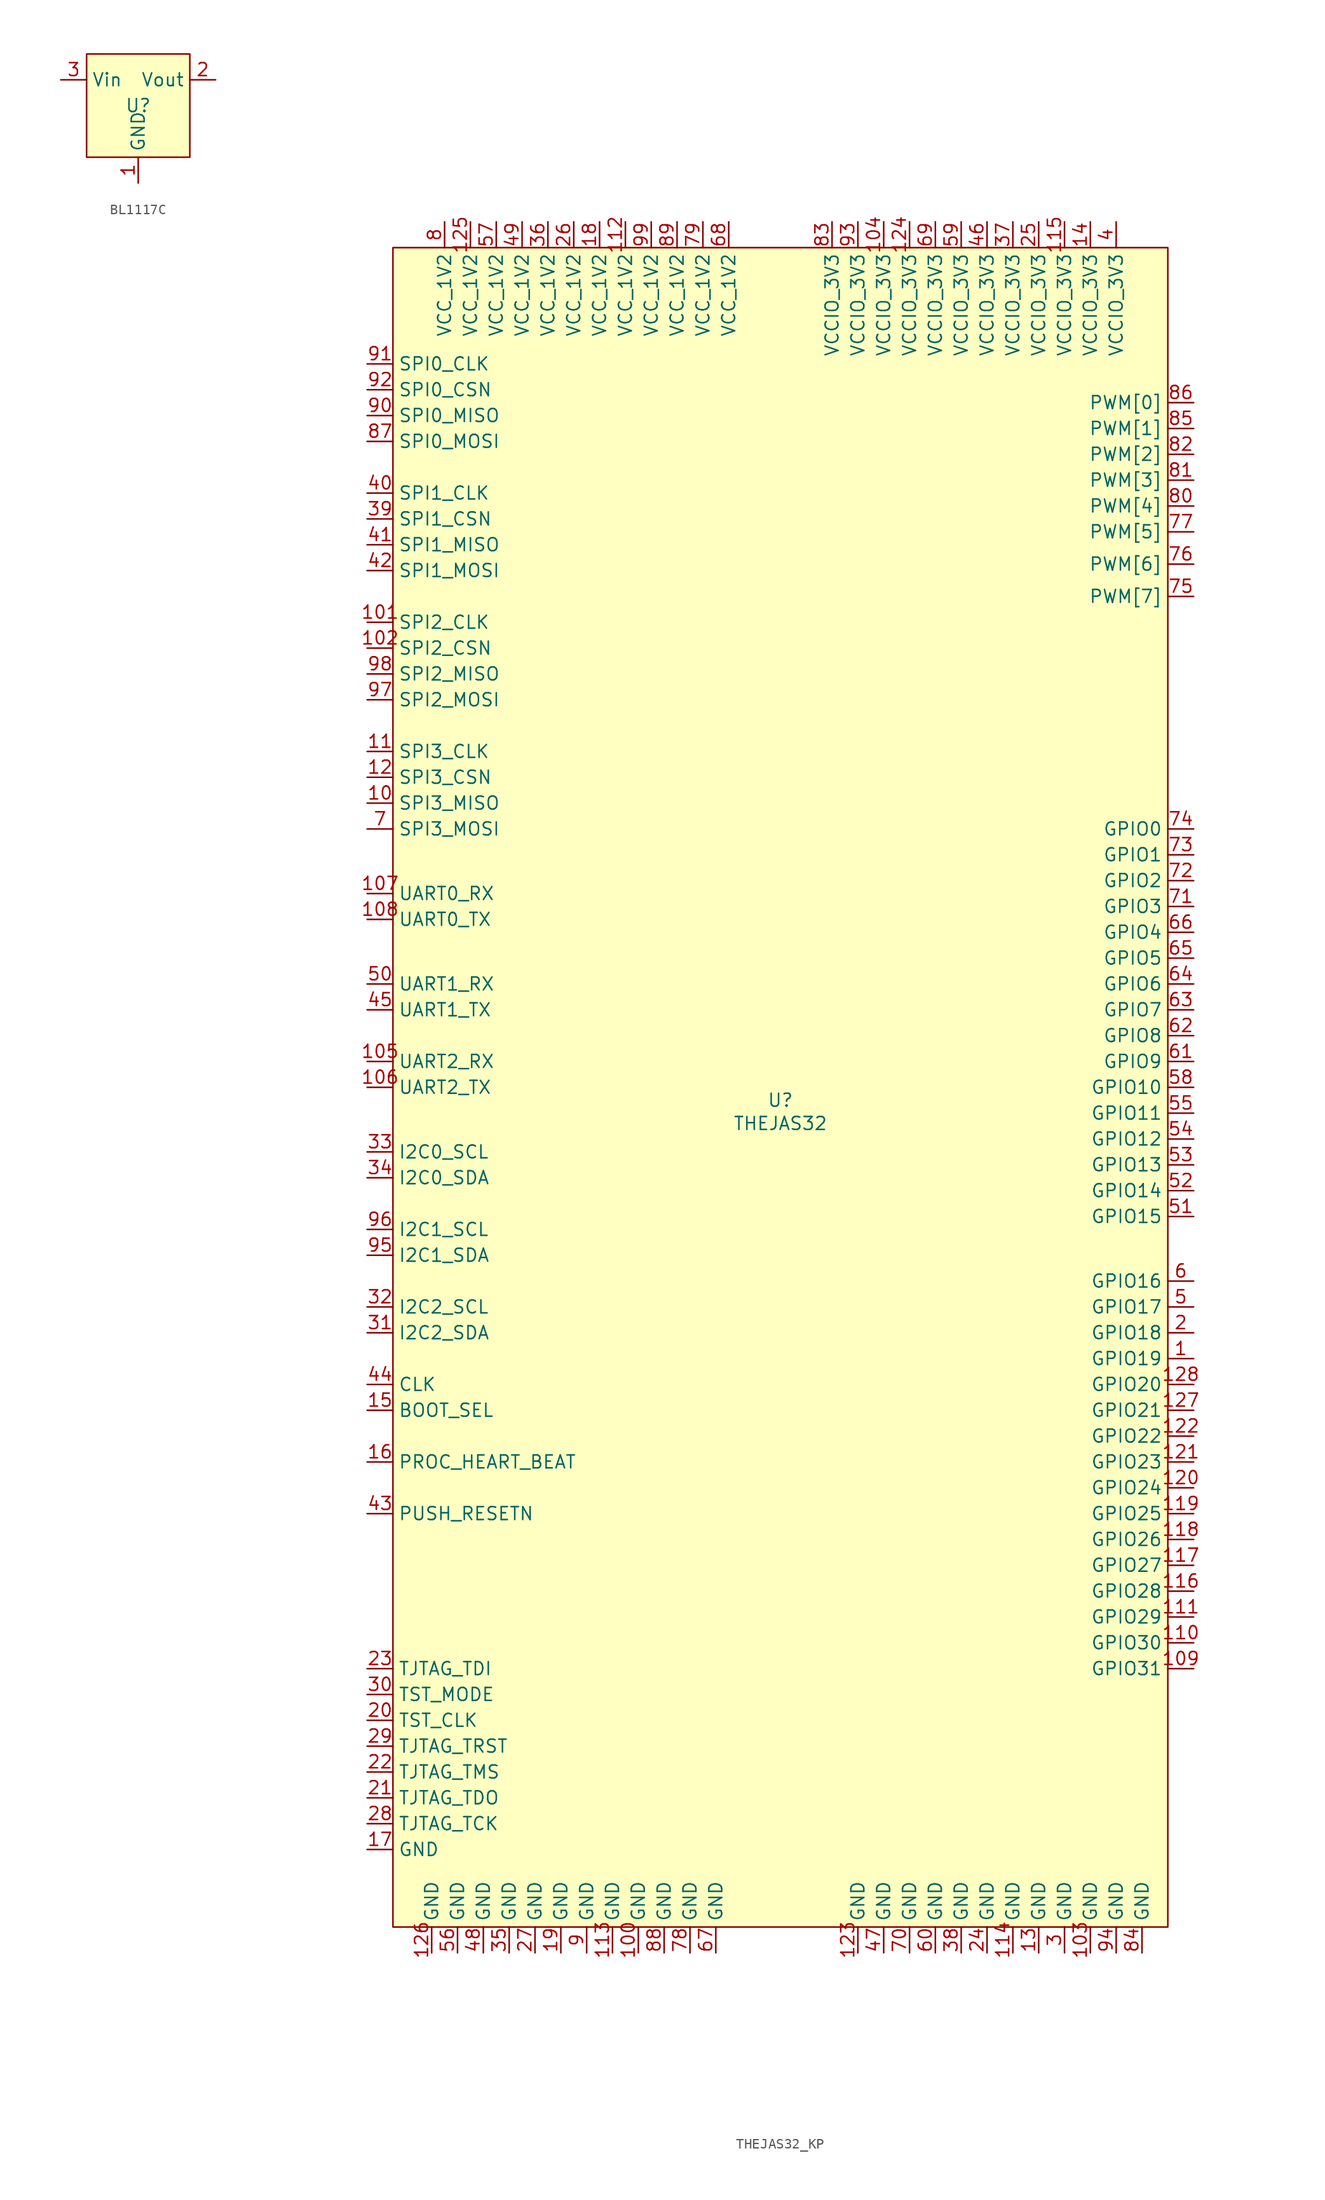
<source format=kicad_sym>
(kicad_symbol_lib
  (version 20231120)
  (generator "kicad_symbol_editor")
  (generator_version "8.0")
  (symbol "BL1117C"
    (property "Reference" "U"
      (at 0 0 0)
      (effects (font (size 1.27 1.27))))
    (property "Value" ""
      (at 0 0 0)
      (effects (font (size 1.27 1.27))))
    (symbol "BL1117C_1_1"
      (rectangle (start -5.08 5.08) (end 5.08 -5.08) (stroke (width 0) (type default)) (fill (type background)))
      (pin passive line (at 0 -7.62 90) (length 2.54) (name "GND" (effects (font (size 1.27 1.27)))) (number "1" (effects (font (size 1.27 1.27)))))
      (pin passive line (at 7.62 2.54 180) (length 2.54) (name "Vout" (effects (font (size 1.27 1.27)))) (number "2" (effects (font (size 1.27 1.27)))))
      (pin passive line (at -7.62 2.54 0) (length 2.54) (name "Vin" (effects (font (size 1.27 1.27)))) (number "3" (effects (font (size 1.27 1.27)))))))
  (symbol "THEJAS32_KP"
    (property "Reference" "U"
      (at 0 0 0)
      (effects (font (size 1.27 1.27))))
    (property "Value" "THEJAS32"
      (at 0 -2.286 0)
      (effects (font (size 1.27 1.27))))
    (symbol "THEJAS32_KP_1_1"
      (rectangle (start -38.1 83.82) (end 38.1 -81.28) (stroke (width 0) (type default)) (fill (type background)))
      (pin passive line (at 40.64 -25.4 180) (length 2.54) (name "GPIO19" (effects (font (size 1.27 1.27)))) (number "1" (effects (font (size 1.27 1.27)))))
      (pin passive line (at -40.64 29.21 0) (length 2.54) (name "SPI3_MISO" (effects (font (size 1.27 1.27)))) (number "10" (effects (font (size 1.27 1.27)))))
      (pin passive line (at -13.97 -83.82 90) (length 2.54) (name "GND" (effects (font (size 1.27 1.27)))) (number "100" (effects (font (size 1.27 1.27)))))
      (pin passive line (at -40.64 46.99 0) (length 2.54) (name "SPI2_CLK" (effects (font (size 1.27 1.27)))) (number "101" (effects (font (size 1.27 1.27)))))
      (pin passive line (at -40.64 44.45 0) (length 2.54) (name "SPI2_CSN" (effects (font (size 1.27 1.27)))) (number "102" (effects (font (size 1.27 1.27)))))
      (pin passive line (at 30.48 -83.82 90) (length 2.54) (name "GND" (effects (font (size 1.27 1.27)))) (number "103" (effects (font (size 1.27 1.27)))))
      (pin passive line (at 10.16 86.36 270) (length 2.54) (name "VCCIO_3V3" (effects (font (size 1.27 1.27)))) (number "104" (effects (font (size 1.27 1.27)))))
      (pin passive line (at -40.64 3.81 0) (length 2.54) (name "UART2_RX" (effects (font (size 1.27 1.27)))) (number "105" (effects (font (size 1.27 1.27)))))
      (pin passive line (at -40.64 1.27 0) (length 2.54) (name "UART2_TX" (effects (font (size 1.27 1.27)))) (number "106" (effects (font (size 1.27 1.27)))))
      (pin passive line (at -40.64 20.32 0) (length 2.54) (name "UART0_RX" (effects (font (size 1.27 1.27)))) (number "107" (effects (font (size 1.27 1.27)))))
      (pin passive line (at -40.64 17.78 0) (length 2.54) (name "UART0_TX" (effects (font (size 1.27 1.27)))) (number "108" (effects (font (size 1.27 1.27)))))
      (pin passive line (at 40.64 -55.88 180) (length 2.54) (name "GPIO31" (effects (font (size 1.27 1.27)))) (number "109" (effects (font (size 1.27 1.27)))))
      (pin passive line (at -40.64 34.29 0) (length 2.54) (name "SPI3_CLK" (effects (font (size 1.27 1.27)))) (number "11" (effects (font (size 1.27 1.27)))))
      (pin passive line (at 40.64 -53.34 180) (length 2.54) (name "GPIO30" (effects (font (size 1.27 1.27)))) (number "110" (effects (font (size 1.27 1.27)))))
      (pin passive line (at 40.64 -50.8 180) (length 2.54) (name "GPIO29" (effects (font (size 1.27 1.27)))) (number "111" (effects (font (size 1.27 1.27)))))
      (pin passive line (at -15.24 86.36 270) (length 2.54) (name "VCC_1V2" (effects (font (size 1.27 1.27)))) (number "112" (effects (font (size 1.27 1.27)))))
      (pin passive line (at -16.51 -83.82 90) (length 2.54) (name "GND" (effects (font (size 1.27 1.27)))) (number "113" (effects (font (size 1.27 1.27)))))
      (pin passive line (at 22.86 -83.82 90) (length 2.54) (name "GND" (effects (font (size 1.27 1.27)))) (number "114" (effects (font (size 1.27 1.27)))))
      (pin passive line (at 27.94 86.36 270) (length 2.54) (name "VCCIO_3V3" (effects (font (size 1.27 1.27)))) (number "115" (effects (font (size 1.27 1.27)))))
      (pin passive line (at 40.64 -48.26 180) (length 2.54) (name "GPIO28" (effects (font (size 1.27 1.27)))) (number "116" (effects (font (size 1.27 1.27)))))
      (pin passive line (at 40.64 -45.72 180) (length 2.54) (name "GPIO27" (effects (font (size 1.27 1.27)))) (number "117" (effects (font (size 1.27 1.27)))))
      (pin passive line (at 40.64 -43.18 180) (length 2.54) (name "GPIO26" (effects (font (size 1.27 1.27)))) (number "118" (effects (font (size 1.27 1.27)))))
      (pin passive line (at 40.64 -40.64 180) (length 2.54) (name "GPIO25" (effects (font (size 1.27 1.27)))) (number "119" (effects (font (size 1.27 1.27)))))
      (pin passive line (at -40.64 31.75 0) (length 2.54) (name "SPI3_CSN" (effects (font (size 1.27 1.27)))) (number "12" (effects (font (size 1.27 1.27)))))
      (pin passive line (at 40.64 -38.1 180) (length 2.54) (name "GPIO24" (effects (font (size 1.27 1.27)))) (number "120" (effects (font (size 1.27 1.27)))))
      (pin passive line (at 40.64 -35.56 180) (length 2.54) (name "GPIO23" (effects (font (size 1.27 1.27)))) (number "121" (effects (font (size 1.27 1.27)))))
      (pin passive line (at 40.64 -33.02 180) (length 2.54) (name "GPIO22" (effects (font (size 1.27 1.27)))) (number "122" (effects (font (size 1.27 1.27)))))
      (pin passive line (at 7.62 -83.82 90) (length 2.54) (name "GND" (effects (font (size 1.27 1.27)))) (number "123" (effects (font (size 1.27 1.27)))))
      (pin passive line (at 12.7 86.36 270) (length 2.54) (name "VCCIO_3V3" (effects (font (size 1.27 1.27)))) (number "124" (effects (font (size 1.27 1.27)))))
      (pin passive line (at -30.48 86.36 270) (length 2.54) (name "VCC_1V2" (effects (font (size 1.27 1.27)))) (number "125" (effects (font (size 1.27 1.27)))))
      (pin passive line (at -34.29 -83.82 90) (length 2.54) (name "GND" (effects (font (size 1.27 1.27)))) (number "126" (effects (font (size 1.27 1.27)))))
      (pin passive line (at 40.64 -30.48 180) (length 2.54) (name "GPIO21" (effects (font (size 1.27 1.27)))) (number "127" (effects (font (size 1.27 1.27)))))
      (pin passive line (at 40.64 -27.94 180) (length 2.54) (name "GPIO20" (effects (font (size 1.27 1.27)))) (number "128" (effects (font (size 1.27 1.27)))))
      (pin passive line (at 25.4 -83.82 90) (length 2.54) (name "GND" (effects (font (size 1.27 1.27)))) (number "13" (effects (font (size 1.27 1.27)))))
      (pin passive line (at 30.48 86.36 270) (length 2.54) (name "VCCIO_3V3" (effects (font (size 1.27 1.27)))) (number "14" (effects (font (size 1.27 1.27)))))
      (pin passive line (at -40.64 -30.48 0) (length 2.54) (name "BOOT_SEL" (effects (font (size 1.27 1.27)))) (number "15" (effects (font (size 1.27 1.27)))))
      (pin passive line (at -40.64 -35.56 0) (length 2.54) (name "PROC_HEART_BEAT" (effects (font (size 1.27 1.27)))) (number "16" (effects (font (size 1.27 1.27)))))
      (pin passive line (at -40.64 -73.66 0) (length 2.54) (name "GND" (effects (font (size 1.27 1.27)))) (number "17" (effects (font (size 1.27 1.27)))))
      (pin passive line (at -17.78 86.36 270) (length 2.54) (name "VCC_1V2" (effects (font (size 1.27 1.27)))) (number "18" (effects (font (size 1.27 1.27)))))
      (pin passive line (at -21.59 -83.82 90) (length 2.54) (name "GND" (effects (font (size 1.27 1.27)))) (number "19" (effects (font (size 1.27 1.27)))))
      (pin passive line (at 40.64 -22.86 180) (length 2.54) (name "GPIO18" (effects (font (size 1.27 1.27)))) (number "2" (effects (font (size 1.27 1.27)))))
      (pin passive line (at -40.64 -60.96 0) (length 2.54) (name "TST_CLK" (effects (font (size 1.27 1.27)))) (number "20" (effects (font (size 1.27 1.27)))))
      (pin passive line (at -40.64 -68.58 0) (length 2.54) (name "TJTAG_TDO" (effects (font (size 1.27 1.27)))) (number "21" (effects (font (size 1.27 1.27)))))
      (pin passive line (at -40.64 -66.04 0) (length 2.54) (name "TJTAG_TMS" (effects (font (size 1.27 1.27)))) (number "22" (effects (font (size 1.27 1.27)))))
      (pin passive line (at -40.64 -55.88 0) (length 2.54) (name "TJTAG_TDI" (effects (font (size 1.27 1.27)))) (number "23" (effects (font (size 1.27 1.27)))))
      (pin passive line (at 20.32 -83.82 90) (length 2.54) (name "GND" (effects (font (size 1.27 1.27)))) (number "24" (effects (font (size 1.27 1.27)))))
      (pin passive line (at 25.4 86.36 270) (length 2.54) (name "VCCIO_3V3" (effects (font (size 1.27 1.27)))) (number "25" (effects (font (size 1.27 1.27)))))
      (pin passive line (at -20.32 86.36 270) (length 2.54) (name "VCC_1V2" (effects (font (size 1.27 1.27)))) (number "26" (effects (font (size 1.27 1.27)))))
      (pin passive line (at -24.13 -83.82 90) (length 2.54) (name "GND" (effects (font (size 1.27 1.27)))) (number "27" (effects (font (size 1.27 1.27)))))
      (pin passive line (at -40.64 -71.12 0) (length 2.54) (name "TJTAG_TCK" (effects (font (size 1.27 1.27)))) (number "28" (effects (font (size 1.27 1.27)))))
      (pin passive line (at -40.64 -63.5 0) (length 2.54) (name "TJTAG_TRST" (effects (font (size 1.27 1.27)))) (number "29" (effects (font (size 1.27 1.27)))))
      (pin passive line (at 27.94 -83.82 90) (length 2.54) (name "GND" (effects (font (size 1.27 1.27)))) (number "3" (effects (font (size 1.27 1.27)))))
      (pin passive line (at -40.64 -58.42 0) (length 2.54) (name "TST_MODE" (effects (font (size 1.27 1.27)))) (number "30" (effects (font (size 1.27 1.27)))))
      (pin passive line (at -40.64 -22.86 0) (length 2.54) (name "I2C2_SDA" (effects (font (size 1.27 1.27)))) (number "31" (effects (font (size 1.27 1.27)))))
      (pin passive line (at -40.64 -20.32 0) (length 2.54) (name "I2C2_SCL" (effects (font (size 1.27 1.27)))) (number "32" (effects (font (size 1.27 1.27)))))
      (pin passive line (at -40.64 -5.08 0) (length 2.54) (name "I2C0_SCL" (effects (font (size 1.27 1.27)))) (number "33" (effects (font (size 1.27 1.27)))))
      (pin passive line (at -40.64 -7.62 0) (length 2.54) (name "I2C0_SDA" (effects (font (size 1.27 1.27)))) (number "34" (effects (font (size 1.27 1.27)))))
      (pin passive line (at -26.67 -83.82 90) (length 2.54) (name "GND" (effects (font (size 1.27 1.27)))) (number "35" (effects (font (size 1.27 1.27)))))
      (pin passive line (at -22.86 86.36 270) (length 2.54) (name "VCC_1V2" (effects (font (size 1.27 1.27)))) (number "36" (effects (font (size 1.27 1.27)))))
      (pin passive line (at 22.86 86.36 270) (length 2.54) (name "VCCIO_3V3" (effects (font (size 1.27 1.27)))) (number "37" (effects (font (size 1.27 1.27)))))
      (pin passive line (at 17.78 -83.82 90) (length 2.54) (name "GND" (effects (font (size 1.27 1.27)))) (number "38" (effects (font (size 1.27 1.27)))))
      (pin passive line (at -40.64 57.15 0) (length 2.54) (name "SPI1_CSN" (effects (font (size 1.27 1.27)))) (number "39" (effects (font (size 1.27 1.27)))))
      (pin passive line (at 33.02 86.36 270) (length 2.54) (name "VCCIO_3V3" (effects (font (size 1.27 1.27)))) (number "4" (effects (font (size 1.27 1.27)))))
      (pin passive line (at -40.64 59.69 0) (length 2.54) (name "SPI1_CLK" (effects (font (size 1.27 1.27)))) (number "40" (effects (font (size 1.27 1.27)))))
      (pin passive line (at -40.64 54.61 0) (length 2.54) (name "SPI1_MISO" (effects (font (size 1.27 1.27)))) (number "41" (effects (font (size 1.27 1.27)))))
      (pin passive line (at -40.64 52.07 0) (length 2.54) (name "SPI1_MOSI" (effects (font (size 1.27 1.27)))) (number "42" (effects (font (size 1.27 1.27)))))
      (pin passive line (at -40.64 -40.64 0) (length 2.54) (name "PUSH_RESETN" (effects (font (size 1.27 1.27)))) (number "43" (effects (font (size 1.27 1.27)))))
      (pin passive line (at -40.64 -27.94 0) (length 2.54) (name "CLK" (effects (font (size 1.27 1.27)))) (number "44" (effects (font (size 1.27 1.27)))))
      (pin passive line (at -40.64 8.89 0) (length 2.54) (name "UART1_TX" (effects (font (size 1.27 1.27)))) (number "45" (effects (font (size 1.27 1.27)))))
      (pin passive line (at 20.32 86.36 270) (length 2.54) (name "VCCIO_3V3" (effects (font (size 1.27 1.27)))) (number "46" (effects (font (size 1.27 1.27)))))
      (pin passive line (at 10.16 -83.82 90) (length 2.54) (name "GND" (effects (font (size 1.27 1.27)))) (number "47" (effects (font (size 1.27 1.27)))))
      (pin passive line (at -29.21 -83.82 90) (length 2.54) (name "GND" (effects (font (size 1.27 1.27)))) (number "48" (effects (font (size 1.27 1.27)))))
      (pin passive line (at -25.4 86.36 270) (length 2.54) (name "VCC_1V2" (effects (font (size 1.27 1.27)))) (number "49" (effects (font (size 1.27 1.27)))))
      (pin passive line (at 40.64 -20.32 180) (length 2.54) (name "GPIO17" (effects (font (size 1.27 1.27)))) (number "5" (effects (font (size 1.27 1.27)))))
      (pin passive line (at -40.64 11.43 0) (length 2.54) (name "UART1_RX" (effects (font (size 1.27 1.27)))) (number "50" (effects (font (size 1.27 1.27)))))
      (pin passive line (at 40.64 -11.43 180) (length 2.54) (name "GPIO15" (effects (font (size 1.27 1.27)))) (number "51" (effects (font (size 1.27 1.27)))))
      (pin passive line (at 40.64 -8.89 180) (length 2.54) (name "GPIO14" (effects (font (size 1.27 1.27)))) (number "52" (effects (font (size 1.27 1.27)))))
      (pin passive line (at 40.64 -6.35 180) (length 2.54) (name "GPIO13" (effects (font (size 1.27 1.27)))) (number "53" (effects (font (size 1.27 1.27)))))
      (pin passive line (at 40.64 -3.81 180) (length 2.54) (name "GPIO12" (effects (font (size 1.27 1.27)))) (number "54" (effects (font (size 1.27 1.27)))))
      (pin passive line (at 40.64 -1.27 180) (length 2.54) (name "GPIO11" (effects (font (size 1.27 1.27)))) (number "55" (effects (font (size 1.27 1.27)))))
      (pin passive line (at -31.75 -83.82 90) (length 2.54) (name "GND" (effects (font (size 1.27 1.27)))) (number "56" (effects (font (size 1.27 1.27)))))
      (pin passive line (at -27.94 86.36 270) (length 2.54) (name "VCC_1V2" (effects (font (size 1.27 1.27)))) (number "57" (effects (font (size 1.27 1.27)))))
      (pin passive line (at 40.64 1.27 180) (length 2.54) (name "GPIO10" (effects (font (size 1.27 1.27)))) (number "58" (effects (font (size 1.27 1.27)))))
      (pin passive line (at 17.78 86.36 270) (length 2.54) (name "VCCIO_3V3" (effects (font (size 1.27 1.27)))) (number "59" (effects (font (size 1.27 1.27)))))
      (pin passive line (at 40.64 -17.78 180) (length 2.54) (name "GPIO16" (effects (font (size 1.27 1.27)))) (number "6" (effects (font (size 1.27 1.27)))))
      (pin passive line (at 15.24 -83.82 90) (length 2.54) (name "GND" (effects (font (size 1.27 1.27)))) (number "60" (effects (font (size 1.27 1.27)))))
      (pin passive line (at 40.64 3.81 180) (length 2.54) (name "GPIO9" (effects (font (size 1.27 1.27)))) (number "61" (effects (font (size 1.27 1.27)))))
      (pin passive line (at 40.64 6.35 180) (length 2.54) (name "GPIO8" (effects (font (size 1.27 1.27)))) (number "62" (effects (font (size 1.27 1.27)))))
      (pin passive line (at 40.64 8.89 180) (length 2.54) (name "GPIO7" (effects (font (size 1.27 1.27)))) (number "63" (effects (font (size 1.27 1.27)))))
      (pin passive line (at 40.64 11.43 180) (length 2.54) (name "GPIO6" (effects (font (size 1.27 1.27)))) (number "64" (effects (font (size 1.27 1.27)))))
      (pin passive line (at 40.64 13.97 180) (length 2.54) (name "GPIO5" (effects (font (size 1.27 1.27)))) (number "65" (effects (font (size 1.27 1.27)))))
      (pin input line (at 40.64 16.51 180) (length 2.54) (name "GPIO4" (effects (font (size 1.27 1.27)))) (number "66" (effects (font (size 1.27 1.27)))))
      (pin passive line (at -6.35 -83.82 90) (length 2.54) (name "GND" (effects (font (size 1.27 1.27)))) (number "67" (effects (font (size 1.27 1.27)))))
      (pin passive line (at -5.08 86.36 270) (length 2.54) (name "VCC_1V2" (effects (font (size 1.27 1.27)))) (number "68" (effects (font (size 1.27 1.27)))))
      (pin passive line (at 15.24 86.36 270) (length 2.54) (name "VCCIO_3V3" (effects (font (size 1.27 1.27)))) (number "69" (effects (font (size 1.27 1.27)))))
      (pin passive line (at -40.64 26.67 0) (length 2.54) (name "SPI3_MOSI" (effects (font (size 1.27 1.27)))) (number "7" (effects (font (size 1.27 1.27)))))
      (pin passive line (at 12.7 -83.82 90) (length 2.54) (name "GND" (effects (font (size 1.27 1.27)))) (number "70" (effects (font (size 1.27 1.27)))))
      (pin input line (at 40.64 19.05 180) (length 2.54) (name "GPIO3" (effects (font (size 1.27 1.27)))) (number "71" (effects (font (size 1.27 1.27)))))
      (pin input line (at 40.64 21.59 180) (length 2.54) (name "GPIO2" (effects (font (size 1.27 1.27)))) (number "72" (effects (font (size 1.27 1.27)))))
      (pin input line (at 40.64 24.13 180) (length 2.54) (name "GPIO1" (effects (font (size 1.27 1.27)))) (number "73" (effects (font (size 1.27 1.27)))))
      (pin input line (at 40.64 26.67 180) (length 2.54) (name "GPIO0" (effects (font (size 1.27 1.27)))) (number "74" (effects (font (size 1.27 1.27)))))
      (pin input line (at 40.64 49.53 180) (length 2.54) (name "PWM[7]" (effects (font (size 1.27 1.27)))) (number "75" (effects (font (size 1.27 1.27)))))
      (pin input line (at 40.64 52.705 180) (length 2.54) (name "PWM[6]" (effects (font (size 1.27 1.27)))) (number "76" (effects (font (size 1.27 1.27)))))
      (pin input line (at 40.64 55.88 180) (length 2.54) (name "PWM[5]" (effects (font (size 1.27 1.27)))) (number "77" (effects (font (size 1.27 1.27)))))
      (pin passive line (at -8.89 -83.82 90) (length 2.54) (name "GND" (effects (font (size 1.27 1.27)))) (number "78" (effects (font (size 1.27 1.27)))))
      (pin passive line (at -7.62 86.36 270) (length 2.54) (name "VCC_1V2" (effects (font (size 1.27 1.27)))) (number "79" (effects (font (size 1.27 1.27)))))
      (pin passive line (at -33.02 86.36 270) (length 2.54) (name "VCC_1V2" (effects (font (size 1.27 1.27)))) (number "8" (effects (font (size 1.27 1.27)))))
      (pin input line (at 40.64 58.42 180) (length 2.54) (name "PWM[4]" (effects (font (size 1.27 1.27)))) (number "80" (effects (font (size 1.27 1.27)))))
      (pin input line (at 40.64 60.96 180) (length 2.54) (name "PWM[3]" (effects (font (size 1.27 1.27)))) (number "81" (effects (font (size 1.27 1.27)))))
      (pin input line (at 40.64 63.5 180) (length 2.54) (name "PWM[2]" (effects (font (size 1.27 1.27)))) (number "82" (effects (font (size 1.27 1.27)))))
      (pin passive line (at 5.08 86.36 270) (length 2.54) (name "VCCIO_3V3" (effects (font (size 1.27 1.27)))) (number "83" (effects (font (size 1.27 1.27)))))
      (pin passive line (at 35.56 -83.82 90) (length 2.54) (name "GND" (effects (font (size 1.27 1.27)))) (number "84" (effects (font (size 1.27 1.27)))))
      (pin passive line (at 40.64 66.04 180) (length 2.54) (name "PWM[1]" (effects (font (size 1.27 1.27)))) (number "85" (effects (font (size 1.27 1.27)))))
      (pin passive line (at 40.64 68.58 180) (length 2.54) (name "PWM[0]" (effects (font (size 1.27 1.27)))) (number "86" (effects (font (size 1.27 1.27)))))
      (pin passive line (at -40.64 64.77 0) (length 2.54) (name "SPI0_MOSI" (effects (font (size 1.27 1.27)))) (number "87" (effects (font (size 1.27 1.27)))))
      (pin passive line (at -11.43 -83.82 90) (length 2.54) (name "GND" (effects (font (size 1.27 1.27)))) (number "88" (effects (font (size 1.27 1.27)))))
      (pin passive line (at -10.16 86.36 270) (length 2.54) (name "VCC_1V2" (effects (font (size 1.27 1.27)))) (number "89" (effects (font (size 1.27 1.27)))))
      (pin passive line (at -19.05 -83.82 90) (length 2.54) (name "GND" (effects (font (size 1.27 1.27)))) (number "9" (effects (font (size 1.27 1.27)))))
      (pin passive line (at -40.64 67.31 0) (length 2.54) (name "SPI0_MISO" (effects (font (size 1.27 1.27)))) (number "90" (effects (font (size 1.27 1.27)))))
      (pin passive line (at -40.64 72.39 0) (length 2.54) (name "SPI0_CLK" (effects (font (size 1.27 1.27)))) (number "91" (effects (font (size 1.27 1.27)))))
      (pin passive line (at -40.64 69.85 0) (length 2.54) (name "SPI0_CSN" (effects (font (size 1.27 1.27)))) (number "92" (effects (font (size 1.27 1.27)))))
      (pin passive line (at 7.62 86.36 270) (length 2.54) (name "VCCIO_3V3" (effects (font (size 1.27 1.27)))) (number "93" (effects (font (size 1.27 1.27)))))
      (pin passive line (at 33.02 -83.82 90) (length 2.54) (name "GND" (effects (font (size 1.27 1.27)))) (number "94" (effects (font (size 1.27 1.27)))))
      (pin passive line (at -40.64 -15.24 0) (length 2.54) (name "I2C1_SDA" (effects (font (size 1.27 1.27)))) (number "95" (effects (font (size 1.27 1.27)))))
      (pin passive line (at -40.64 -12.7 0) (length 2.54) (name "I2C1_SCL" (effects (font (size 1.27 1.27)))) (number "96" (effects (font (size 1.27 1.27)))))
      (pin input line (at -40.64 39.37 0) (length 2.54) (name "SPI2_MOSI" (effects (font (size 1.27 1.27)))) (number "97" (effects (font (size 1.27 1.27)))))
      (pin input line (at -40.64 41.91 0) (length 2.54) (name "SPI2_MISO" (effects (font (size 1.27 1.27)))) (number "98" (effects (font (size 1.27 1.27)))))
      (pin passive line (at -12.7 86.36 270) (length 2.54) (name "VCC_1V2" (effects (font (size 1.27 1.27)))) (number "99" (effects (font (size 1.27 1.27))))))))
</source>
